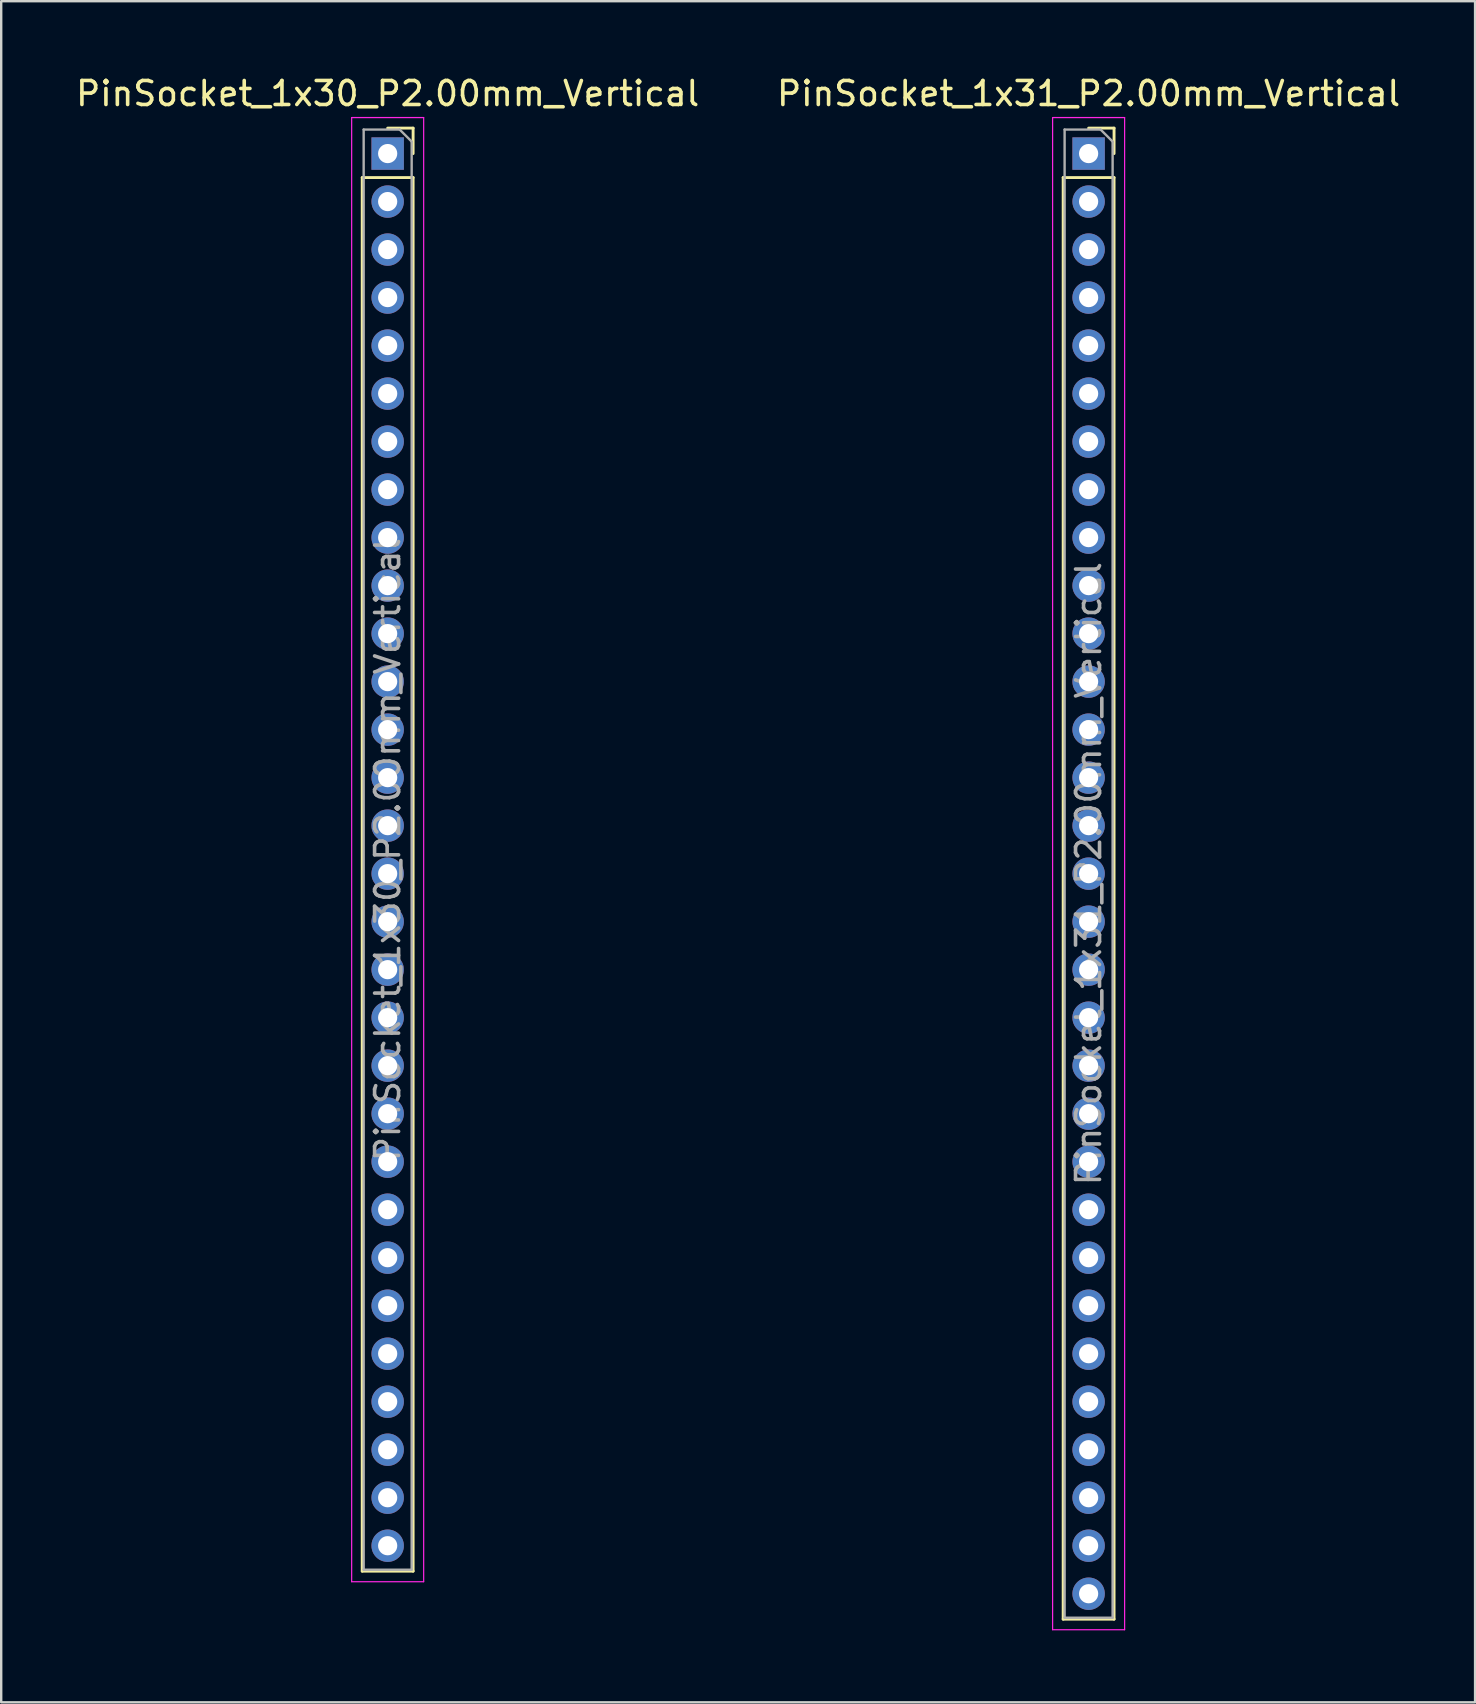
<source format=kicad_pcb>
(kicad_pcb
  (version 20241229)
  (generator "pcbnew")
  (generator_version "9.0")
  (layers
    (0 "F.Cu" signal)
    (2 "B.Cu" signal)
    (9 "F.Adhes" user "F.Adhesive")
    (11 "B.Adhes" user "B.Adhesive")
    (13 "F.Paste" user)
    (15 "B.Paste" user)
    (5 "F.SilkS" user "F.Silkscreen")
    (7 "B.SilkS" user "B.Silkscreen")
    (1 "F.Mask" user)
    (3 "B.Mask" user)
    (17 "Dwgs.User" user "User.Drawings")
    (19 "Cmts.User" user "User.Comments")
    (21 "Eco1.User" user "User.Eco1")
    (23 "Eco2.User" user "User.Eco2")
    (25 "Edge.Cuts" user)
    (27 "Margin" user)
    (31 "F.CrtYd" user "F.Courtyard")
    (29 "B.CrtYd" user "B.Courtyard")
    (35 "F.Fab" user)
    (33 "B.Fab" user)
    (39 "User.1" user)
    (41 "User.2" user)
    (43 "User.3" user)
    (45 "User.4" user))
  (footprint "PinSocket_1x30_P2.00mm_Vertical"
    (layer "F.Cu")
    (at 13.101 3.348)
    (property "Reference" "PinSocket_1x30_P2.00mm_Vertical" (at 0 -2.5 0) (layer "F.SilkS") (effects (font (size 1 1) (thickness 0.15))))
    (attr through_hole)
    (fp_line (start -1.06 1) (end -1.06 59.06) (stroke (width 0.12) (type solid)) (layer "F.SilkS"))
    (fp_line (start -1.06 1) (end 1.06 1) (stroke (width 0.12) (type solid)) (layer "F.SilkS"))
    (fp_line (start -1.06 59.06) (end 1.06 59.06) (stroke (width 0.12) (type solid)) (layer "F.SilkS"))
    (fp_line (start 0 -1.06) (end 1.06 -1.06) (stroke (width 0.12) (type solid)) (layer "F.SilkS"))
    (fp_line (start 1.06 -1.06) (end 1.06 0) (stroke (width 0.12) (type solid)) (layer "F.SilkS"))
    (fp_line (start 1.06 1) (end 1.06 59.06) (stroke (width 0.12) (type solid)) (layer "F.SilkS"))
    (fp_line (start -1.5 -1.5) (end 1.5 -1.5) (stroke (width 0.05) (type solid)) (layer "F.CrtYd"))
    (fp_line (start -1.5 59.5) (end -1.5 -1.5) (stroke (width 0.05) (type solid)) (layer "F.CrtYd"))
    (fp_line (start 1.5 -1.5) (end 1.5 59.5) (stroke (width 0.05) (type solid)) (layer "F.CrtYd"))
    (fp_line (start 1.5 59.5) (end -1.5 59.5) (stroke (width 0.05) (type solid)) (layer "F.CrtYd"))
    (fp_line (start -1 -1) (end 0.5 -1) (stroke (width 0.1) (type solid)) (layer "F.Fab"))
    (fp_line (start -1 59) (end -1 -1) (stroke (width 0.1) (type solid)) (layer "F.Fab"))
    (fp_line (start 0.5 -1) (end 1 -0.5) (stroke (width 0.1) (type solid)) (layer "F.Fab"))
    (fp_line (start 1 -0.5) (end 1 59) (stroke (width 0.1) (type solid)) (layer "F.Fab"))
    (fp_line (start 1 59) (end -1 59) (stroke (width 0.1) (type solid)) (layer "F.Fab"))
    (fp_text user "${REFERENCE}" (at 0 29 90) (layer "F.Fab") (effects (font (size 1 1) (thickness 0.15))))
    (pad "1" thru_hole rect (at 0 0) (size 1.35 1.35) (drill 0.8) (layers "*.Cu" "*.Mask"))
    (pad "2" thru_hole oval (at 0 2) (size 1.35 1.35) (drill 0.8) (layers "*.Cu" "*.Mask"))
    (pad "3" thru_hole oval (at 0 4) (size 1.35 1.35) (drill 0.8) (layers "*.Cu" "*.Mask"))
    (pad "4" thru_hole oval (at 0 6) (size 1.35 1.35) (drill 0.8) (layers "*.Cu" "*.Mask"))
    (pad "5" thru_hole oval (at 0 8) (size 1.35 1.35) (drill 0.8) (layers "*.Cu" "*.Mask"))
    (pad "6" thru_hole oval (at 0 10) (size 1.35 1.35) (drill 0.8) (layers "*.Cu" "*.Mask"))
    (pad "7" thru_hole oval (at 0 12) (size 1.35 1.35) (drill 0.8) (layers "*.Cu" "*.Mask"))
    (pad "8" thru_hole oval (at 0 14) (size 1.35 1.35) (drill 0.8) (layers "*.Cu" "*.Mask"))
    (pad "9" thru_hole oval (at 0 16) (size 1.35 1.35) (drill 0.8) (layers "*.Cu" "*.Mask"))
    (pad "10" thru_hole oval (at 0 18) (size 1.35 1.35) (drill 0.8) (layers "*.Cu" "*.Mask"))
    (pad "11" thru_hole oval (at 0 20) (size 1.35 1.35) (drill 0.8) (layers "*.Cu" "*.Mask"))
    (pad "12" thru_hole oval (at 0 22) (size 1.35 1.35) (drill 0.8) (layers "*.Cu" "*.Mask"))
    (pad "13" thru_hole oval (at 0 24) (size 1.35 1.35) (drill 0.8) (layers "*.Cu" "*.Mask"))
    (pad "14" thru_hole oval (at 0 26) (size 1.35 1.35) (drill 0.8) (layers "*.Cu" "*.Mask"))
    (pad "15" thru_hole oval (at 0 28) (size 1.35 1.35) (drill 0.8) (layers "*.Cu" "*.Mask"))
    (pad "16" thru_hole oval (at 0 30) (size 1.35 1.35) (drill 0.8) (layers "*.Cu" "*.Mask"))
    (pad "17" thru_hole oval (at 0 32) (size 1.35 1.35) (drill 0.8) (layers "*.Cu" "*.Mask"))
    (pad "18" thru_hole oval (at 0 34) (size 1.35 1.35) (drill 0.8) (layers "*.Cu" "*.Mask"))
    (pad "19" thru_hole oval (at 0 36) (size 1.35 1.35) (drill 0.8) (layers "*.Cu" "*.Mask"))
    (pad "20" thru_hole oval (at 0 38) (size 1.35 1.35) (drill 0.8) (layers "*.Cu" "*.Mask"))
    (pad "21" thru_hole oval (at 0 40) (size 1.35 1.35) (drill 0.8) (layers "*.Cu" "*.Mask"))
    (pad "22" thru_hole oval (at 0 42) (size 1.35 1.35) (drill 0.8) (layers "*.Cu" "*.Mask"))
    (pad "23" thru_hole oval (at 0 44) (size 1.35 1.35) (drill 0.8) (layers "*.Cu" "*.Mask"))
    (pad "24" thru_hole oval (at 0 46) (size 1.35 1.35) (drill 0.8) (layers "*.Cu" "*.Mask"))
    (pad "25" thru_hole oval (at 0 48) (size 1.35 1.35) (drill 0.8) (layers "*.Cu" "*.Mask"))
    (pad "26" thru_hole oval (at 0 50) (size 1.35 1.35) (drill 0.8) (layers "*.Cu" "*.Mask"))
    (pad "27" thru_hole oval (at 0 52) (size 1.35 1.35) (drill 0.8) (layers "*.Cu" "*.Mask"))
    (pad "28" thru_hole oval (at 0 54) (size 1.35 1.35) (drill 0.8) (layers "*.Cu" "*.Mask"))
    (pad "29" thru_hole oval (at 0 56) (size 1.35 1.35) (drill 0.8) (layers "*.Cu" "*.Mask"))
    (pad "30" thru_hole oval (at 0 58) (size 1.35 1.35) (drill 0.8) (layers "*.Cu" "*.Mask")))
  (footprint "PinSocket_1x31_P2.00mm_Vertical"
    (layer "F.Cu")
    (at 42.304 3.348)
    (property "Reference" "PinSocket_1x31_P2.00mm_Vertical" (at 0 -2.5 0) (layer "F.SilkS") (effects (font (size 1 1) (thickness 0.15))))
    (attr through_hole)
    (fp_line (start -1.06 1) (end -1.06 61.06) (stroke (width 0.12) (type solid)) (layer "F.SilkS"))
    (fp_line (start -1.06 1) (end 1.06 1) (stroke (width 0.12) (type solid)) (layer "F.SilkS"))
    (fp_line (start -1.06 61.06) (end 1.06 61.06) (stroke (width 0.12) (type solid)) (layer "F.SilkS"))
    (fp_line (start 0 -1.06) (end 1.06 -1.06) (stroke (width 0.12) (type solid)) (layer "F.SilkS"))
    (fp_line (start 1.06 -1.06) (end 1.06 0) (stroke (width 0.12) (type solid)) (layer "F.SilkS"))
    (fp_line (start 1.06 1) (end 1.06 61.06) (stroke (width 0.12) (type solid)) (layer "F.SilkS"))
    (fp_line (start -1.5 -1.5) (end 1.5 -1.5) (stroke (width 0.05) (type solid)) (layer "F.CrtYd"))
    (fp_line (start -1.5 61.5) (end -1.5 -1.5) (stroke (width 0.05) (type solid)) (layer "F.CrtYd"))
    (fp_line (start 1.5 -1.5) (end 1.5 61.5) (stroke (width 0.05) (type solid)) (layer "F.CrtYd"))
    (fp_line (start 1.5 61.5) (end -1.5 61.5) (stroke (width 0.05) (type solid)) (layer "F.CrtYd"))
    (fp_line (start -1 -1) (end 0.5 -1) (stroke (width 0.1) (type solid)) (layer "F.Fab"))
    (fp_line (start -1 61) (end -1 -1) (stroke (width 0.1) (type solid)) (layer "F.Fab"))
    (fp_line (start 0.5 -1) (end 1 -0.5) (stroke (width 0.1) (type solid)) (layer "F.Fab"))
    (fp_line (start 1 -0.5) (end 1 61) (stroke (width 0.1) (type solid)) (layer "F.Fab"))
    (fp_line (start 1 61) (end -1 61) (stroke (width 0.1) (type solid)) (layer "F.Fab"))
    (fp_text user "${REFERENCE}" (at 0 30 90) (layer "F.Fab") (effects (font (size 1 1) (thickness 0.15))))
    (pad "1" thru_hole rect (at 0 0) (size 1.35 1.35) (drill 0.8) (layers "*.Cu" "*.Mask"))
    (pad "2" thru_hole oval (at 0 2) (size 1.35 1.35) (drill 0.8) (layers "*.Cu" "*.Mask"))
    (pad "3" thru_hole oval (at 0 4) (size 1.35 1.35) (drill 0.8) (layers "*.Cu" "*.Mask"))
    (pad "4" thru_hole oval (at 0 6) (size 1.35 1.35) (drill 0.8) (layers "*.Cu" "*.Mask"))
    (pad "5" thru_hole oval (at 0 8) (size 1.35 1.35) (drill 0.8) (layers "*.Cu" "*.Mask"))
    (pad "6" thru_hole oval (at 0 10) (size 1.35 1.35) (drill 0.8) (layers "*.Cu" "*.Mask"))
    (pad "7" thru_hole oval (at 0 12) (size 1.35 1.35) (drill 0.8) (layers "*.Cu" "*.Mask"))
    (pad "8" thru_hole oval (at 0 14) (size 1.35 1.35) (drill 0.8) (layers "*.Cu" "*.Mask"))
    (pad "9" thru_hole oval (at 0 16) (size 1.35 1.35) (drill 0.8) (layers "*.Cu" "*.Mask"))
    (pad "10" thru_hole oval (at 0 18) (size 1.35 1.35) (drill 0.8) (layers "*.Cu" "*.Mask"))
    (pad "11" thru_hole oval (at 0 20) (size 1.35 1.35) (drill 0.8) (layers "*.Cu" "*.Mask"))
    (pad "12" thru_hole oval (at 0 22) (size 1.35 1.35) (drill 0.8) (layers "*.Cu" "*.Mask"))
    (pad "13" thru_hole oval (at 0 24) (size 1.35 1.35) (drill 0.8) (layers "*.Cu" "*.Mask"))
    (pad "14" thru_hole oval (at 0 26) (size 1.35 1.35) (drill 0.8) (layers "*.Cu" "*.Mask"))
    (pad "15" thru_hole oval (at 0 28) (size 1.35 1.35) (drill 0.8) (layers "*.Cu" "*.Mask"))
    (pad "16" thru_hole oval (at 0 30) (size 1.35 1.35) (drill 0.8) (layers "*.Cu" "*.Mask"))
    (pad "17" thru_hole oval (at 0 32) (size 1.35 1.35) (drill 0.8) (layers "*.Cu" "*.Mask"))
    (pad "18" thru_hole oval (at 0 34) (size 1.35 1.35) (drill 0.8) (layers "*.Cu" "*.Mask"))
    (pad "19" thru_hole oval (at 0 36) (size 1.35 1.35) (drill 0.8) (layers "*.Cu" "*.Mask"))
    (pad "20" thru_hole oval (at 0 38) (size 1.35 1.35) (drill 0.8) (layers "*.Cu" "*.Mask"))
    (pad "21" thru_hole oval (at 0 40) (size 1.35 1.35) (drill 0.8) (layers "*.Cu" "*.Mask"))
    (pad "22" thru_hole oval (at 0 42) (size 1.35 1.35) (drill 0.8) (layers "*.Cu" "*.Mask"))
    (pad "23" thru_hole oval (at 0 44) (size 1.35 1.35) (drill 0.8) (layers "*.Cu" "*.Mask"))
    (pad "24" thru_hole oval (at 0 46) (size 1.35 1.35) (drill 0.8) (layers "*.Cu" "*.Mask"))
    (pad "25" thru_hole oval (at 0 48) (size 1.35 1.35) (drill 0.8) (layers "*.Cu" "*.Mask"))
    (pad "26" thru_hole oval (at 0 50) (size 1.35 1.35) (drill 0.8) (layers "*.Cu" "*.Mask"))
    (pad "27" thru_hole oval (at 0 52) (size 1.35 1.35) (drill 0.8) (layers "*.Cu" "*.Mask"))
    (pad "28" thru_hole oval (at 0 54) (size 1.35 1.35) (drill 0.8) (layers "*.Cu" "*.Mask"))
    (pad "29" thru_hole oval (at 0 56) (size 1.35 1.35) (drill 0.8) (layers "*.Cu" "*.Mask"))
    (pad "30" thru_hole oval (at 0 58) (size 1.35 1.35) (drill 0.8) (layers "*.Cu" "*.Mask"))
    (pad "31" thru_hole oval (at 0 60) (size 1.35 1.35) (drill 0.8) (layers "*.Cu" "*.Mask")))
  (gr_rect
    (start -3 -3)
    (end 58.405 67.873)
    (stroke (width 0.1) (type default))
    (fill no)
    (layer "Edge.Cuts")))
</source>
